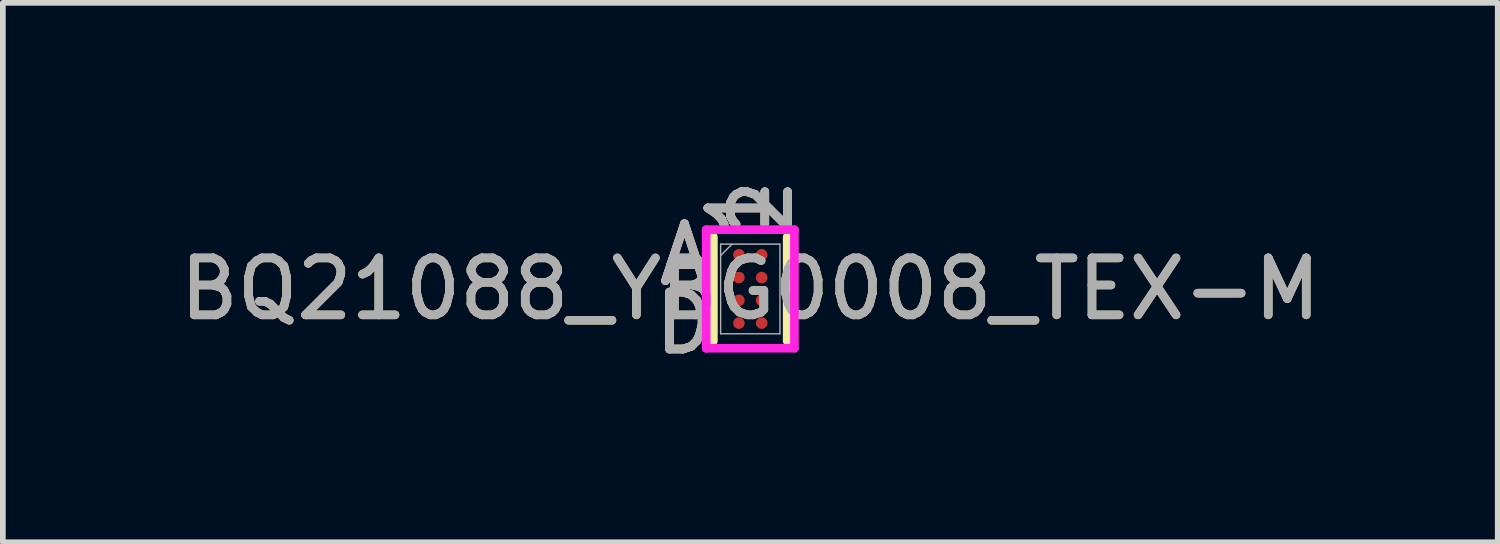
<source format=kicad_pcb>
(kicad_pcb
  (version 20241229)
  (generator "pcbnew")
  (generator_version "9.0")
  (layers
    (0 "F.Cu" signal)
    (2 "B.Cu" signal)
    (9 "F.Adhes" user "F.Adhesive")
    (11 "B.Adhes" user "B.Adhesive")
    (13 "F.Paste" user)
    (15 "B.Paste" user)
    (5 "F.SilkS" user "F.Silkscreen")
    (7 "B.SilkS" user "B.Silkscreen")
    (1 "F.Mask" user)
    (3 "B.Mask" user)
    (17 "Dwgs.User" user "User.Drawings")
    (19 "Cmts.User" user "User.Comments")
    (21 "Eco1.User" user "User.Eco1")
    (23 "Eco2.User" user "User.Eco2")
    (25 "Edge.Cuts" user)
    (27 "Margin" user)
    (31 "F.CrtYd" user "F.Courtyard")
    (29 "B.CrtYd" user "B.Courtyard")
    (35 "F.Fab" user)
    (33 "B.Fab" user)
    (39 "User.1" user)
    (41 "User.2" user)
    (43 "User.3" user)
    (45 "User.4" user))
  (footprint "BQ21088_YBG0008_TEX-M"
    (layer "F.Cu")
    (at 10.125 2.024)
    (property "Reference" "BQ21088_YBG0008_TEX-M" (at 0 0 0) (unlocked yes) (layer "F.SilkS") (effects (font (size 1 1) (thickness 0.15))))
    (attr smd)
    (fp_line (start -0.648 -0.914) (end -0.648 0.914) (stroke (width 0.152) (type solid)) (layer "F.SilkS"))
    (fp_line (start 0.648 0.914) (end 0.648 -0.914) (stroke (width 0.152) (type solid)) (layer "F.SilkS"))
    (fp_poly (pts (xy -0.845 -1.244) (xy 0.845 -1.244) (xy 0.845 1.244) (xy -0.845 1.244)) (stroke (width 0.1) (type solid)) (fill no) (layer "Eco2.User"))
    (fp_line (start -0.775 -1.041) (end 0.775 -1.041) (stroke (width 0.152) (type solid)) (layer "F.CrtYd"))
    (fp_line (start -0.775 1.041) (end -0.775 -1.041) (stroke (width 0.152) (type solid)) (layer "F.CrtYd"))
    (fp_line (start 0.775 -1.041) (end 0.775 1.041) (stroke (width 0.152) (type solid)) (layer "F.CrtYd"))
    (fp_line (start 0.775 1.041) (end -0.775 1.041) (stroke (width 0.152) (type solid)) (layer "F.CrtYd"))
    (fp_line (start -0.521 -0.787) (end -0.521 0.787) (stroke (width 0.025) (type solid)) (layer "F.Fab"))
    (fp_line (start -0.521 0.787) (end 0.521 0.787) (stroke (width 0.025) (type solid)) (layer "F.Fab"))
    (fp_line (start -0.321 -0.787) (end -0.521 -0.587) (stroke (width 0.025) (type solid)) (layer "F.Fab"))
    (fp_line (start 0.521 -0.787) (end -0.521 -0.787) (stroke (width 0.025) (type solid)) (layer "F.Fab"))
    (fp_line (start 0.521 0.787) (end 0.521 -0.787) (stroke (width 0.025) (type solid)) (layer "F.Fab"))
    (fp_text user "D" (at -1.156 0.6 0) (unlocked yes) (layer "F.SilkS") (effects (font (size 1 1) (thickness 0.15))))
    (fp_text user "2" (at 0.2 -1.422 90) (unlocked yes) (layer "F.SilkS") (effects (font (size 1 1) (thickness 0.15))))
    (fp_text user "A" (at -1.156 -0.6 0) (unlocked yes) (layer "F.SilkS") (effects (font (size 1 1) (thickness 0.15))))
    (fp_text user "1" (at -0.2 -1.422 90) (unlocked yes) (layer "F.SilkS") (effects (font (size 1 1) (thickness 0.15))))
    (fp_text user "A" (at -1.156 -0.6 0) (unlocked yes) (layer "B.SilkS") (effects (font (size 1 1) (thickness 0.15))))
    (fp_text user "2" (at 0.2 -1.422 90) (unlocked yes) (layer "B.SilkS") (effects (font (size 1 1) (thickness 0.15))))
    (fp_text user "D" (at -1.156 0.6 0) (unlocked yes) (layer "B.SilkS") (effects (font (size 1 1) (thickness 0.15))))
    (fp_text user "1" (at -0.2 -1.422 90) (unlocked yes) (layer "B.SilkS") (effects (font (size 1 1) (thickness 0.15))))
    (fp_text user "${REFERENCE}" (at 0 0 0) (unlocked yes) (layer "F.Fab") (effects (font (size 1 1) (thickness 0.15))))
    (fp_text user "2" (at 0.2 -1.422 90) (unlocked yes) (layer "F.Fab") (effects (font (size 1 1) (thickness 0.15))))
    (fp_text user "1" (at -0.2 -1.422 90) (unlocked yes) (layer "F.Fab") (effects (font (size 1 1) (thickness 0.15))))
    (fp_text user "D" (at -1.156 0.6 0) (unlocked yes) (layer "F.Fab") (effects (font (size 1 1) (thickness 0.15))))
    (fp_text user "A" (at -1.156 -0.6 0) (unlocked yes) (layer "F.Fab") (effects (font (size 1 1) (thickness 0.15))))
    (pad "A1" smd circle (at -0.2 -0.6) (size 0.203 0.203) (layers "F.Cu" "F.Mask" "F.Paste"))
    (pad "A2" smd circle (at 0.2 -0.6) (size 0.203 0.203) (layers "F.Cu" "F.Mask" "F.Paste"))
    (pad "B1" smd circle (at -0.2 -0.2) (size 0.203 0.203) (layers "F.Cu" "F.Mask" "F.Paste"))
    (pad "B2" smd circle (at 0.2 -0.2) (size 0.203 0.203) (layers "F.Cu" "F.Mask" "F.Paste"))
    (pad "C1" smd circle (at -0.2 0.2) (size 0.203 0.203) (layers "F.Cu" "F.Mask" "F.Paste"))
    (pad "C2" smd circle (at 0.2 0.2) (size 0.203 0.203) (layers "F.Cu" "F.Mask" "F.Paste"))
    (pad "D1" smd circle (at -0.2 0.6) (size 0.203 0.203) (layers "F.Cu" "F.Mask" "F.Paste"))
    (pad "D2" smd circle (at 0.2 0.6) (size 0.203 0.203) (layers "F.Cu" "F.Mask" "F.Paste")))
  (gr_rect
    (start -3 -3)
    (end 23.25 6.472)
    (stroke (width 0.1) (type default))
    (fill no)
    (layer "Edge.Cuts")))
</source>
